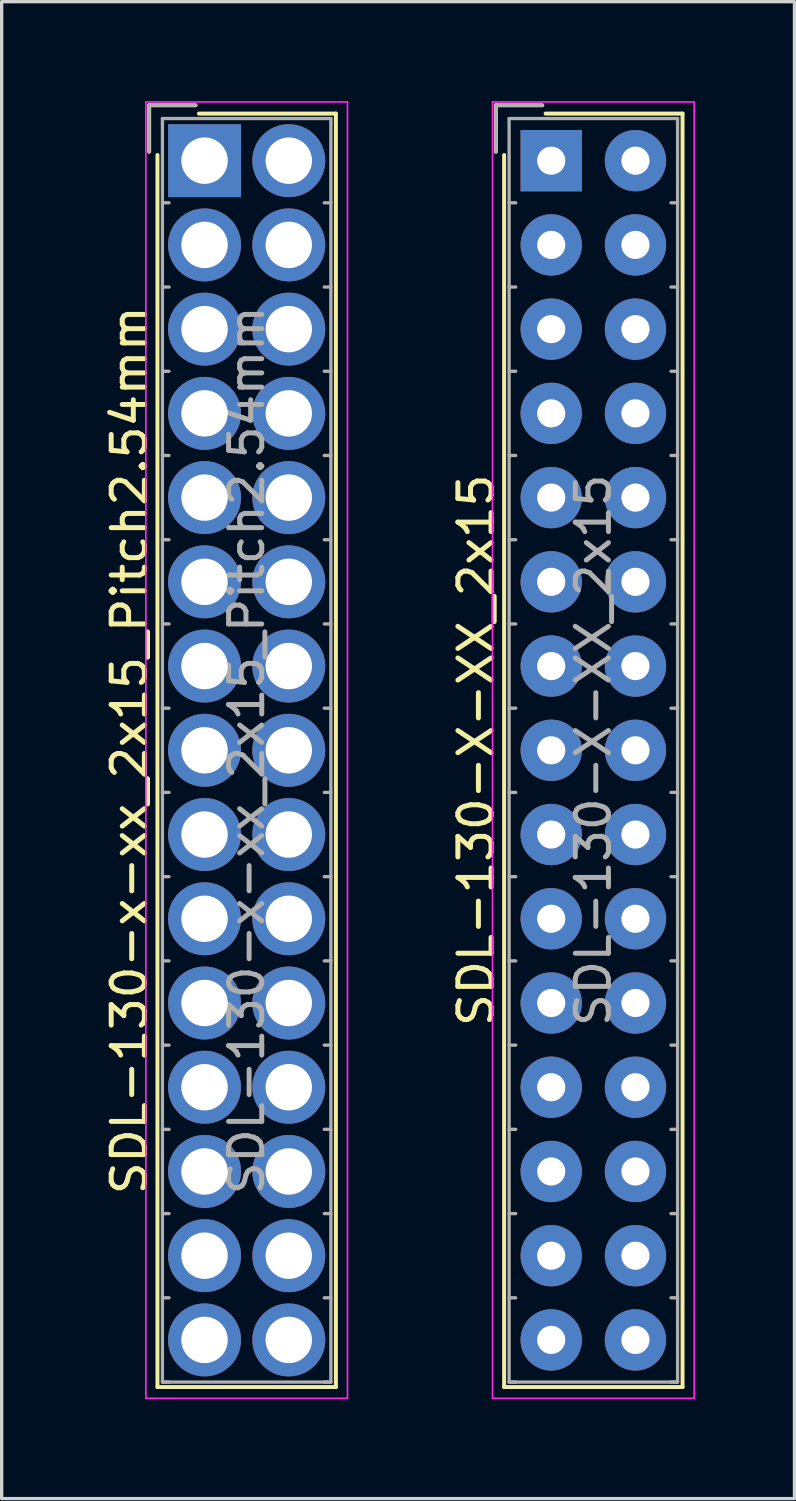
<source format=kicad_pcb>
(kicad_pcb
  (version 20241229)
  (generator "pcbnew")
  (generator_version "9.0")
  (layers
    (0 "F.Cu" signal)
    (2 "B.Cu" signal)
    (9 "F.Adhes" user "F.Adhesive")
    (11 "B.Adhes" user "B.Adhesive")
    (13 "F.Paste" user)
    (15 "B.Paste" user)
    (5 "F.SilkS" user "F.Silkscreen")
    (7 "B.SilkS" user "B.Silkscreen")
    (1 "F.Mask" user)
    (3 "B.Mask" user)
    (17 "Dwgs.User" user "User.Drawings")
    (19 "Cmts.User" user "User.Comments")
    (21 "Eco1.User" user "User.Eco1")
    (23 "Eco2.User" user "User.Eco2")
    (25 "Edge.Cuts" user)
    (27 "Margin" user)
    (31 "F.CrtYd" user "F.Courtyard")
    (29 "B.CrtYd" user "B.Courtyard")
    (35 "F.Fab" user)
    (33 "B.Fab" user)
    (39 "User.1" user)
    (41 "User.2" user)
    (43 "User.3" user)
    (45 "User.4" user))
  (footprint "SDL-130-x-xx_2x15_Pitch2.54mm"
    (layer "F.Cu")
    (at 3.118 1.795)
    (property "Reference" "SDL-130-x-xx_2x15_Pitch2.54mm" (at -2.27 17.78 90) (layer "F.SilkS") (effects (font (size 1 1) (thickness 0.15))))
    (attr through_hole)
    (fp_line (start -1.67 -1.67) (end -1.67 -0.27) (stroke (width 0.12) (type solid)) (layer "F.SilkS"))
    (fp_line (start -1.42 36.98) (end -1.42 -0.17) (stroke (width 0.12) (type solid)) (layer "F.SilkS"))
    (fp_line (start -0.27 -1.67) (end -1.67 -1.67) (stroke (width 0.12) (type solid)) (layer "F.SilkS"))
    (fp_line (start -0.17 -1.42) (end 3.96 -1.42) (stroke (width 0.12) (type solid)) (layer "F.SilkS"))
    (fp_line (start 3.96 -1.42) (end 3.96 36.98) (stroke (width 0.12) (type solid)) (layer "F.SilkS"))
    (fp_line (start 3.96 36.98) (end -1.42 36.98) (stroke (width 0.12) (type solid)) (layer "F.SilkS"))
    (fp_line (start -1.77 -1.77) (end -1.77 37.32) (stroke (width 0.05) (type solid)) (layer "F.CrtYd"))
    (fp_line (start -1.77 37.32) (end 4.31 37.32) (stroke (width 0.05) (type solid)) (layer "F.CrtYd"))
    (fp_line (start 4.31 -1.77) (end -1.77 -1.77) (stroke (width 0.05) (type solid)) (layer "F.CrtYd"))
    (fp_line (start 4.31 37.32) (end 4.31 -1.77) (stroke (width 0.05) (type solid)) (layer "F.CrtYd"))
    (fp_line (start -1.67 -1.67) (end -1.67 -0.27) (stroke (width 0.1) (type solid)) (layer "F.Fab"))
    (fp_line (start -1.27 -1.27) (end -1.27 36.83) (stroke (width 0.1) (type solid)) (layer "F.Fab"))
    (fp_line (start -1.27 1.27) (end -1.07 1.27) (stroke (width 0.1) (type solid)) (layer "F.Fab"))
    (fp_line (start -1.27 3.81) (end -1.07 3.81) (stroke (width 0.1) (type solid)) (layer "F.Fab"))
    (fp_line (start -1.27 6.35) (end -1.07 6.35) (stroke (width 0.1) (type solid)) (layer "F.Fab"))
    (fp_line (start -1.27 8.89) (end -1.07 8.89) (stroke (width 0.1) (type solid)) (layer "F.Fab"))
    (fp_line (start -1.27 11.43) (end -1.07 11.43) (stroke (width 0.1) (type solid)) (layer "F.Fab"))
    (fp_line (start -1.27 13.97) (end -1.07 13.97) (stroke (width 0.1) (type solid)) (layer "F.Fab"))
    (fp_line (start -1.27 16.51) (end -1.07 16.51) (stroke (width 0.1) (type solid)) (layer "F.Fab"))
    (fp_line (start -1.27 19.05) (end -1.07 19.05) (stroke (width 0.1) (type solid)) (layer "F.Fab"))
    (fp_line (start -1.27 21.59) (end -1.07 21.59) (stroke (width 0.1) (type solid)) (layer "F.Fab"))
    (fp_line (start -1.27 24.13) (end -1.07 24.13) (stroke (width 0.1) (type solid)) (layer "F.Fab"))
    (fp_line (start -1.27 26.67) (end -1.07 26.67) (stroke (width 0.1) (type solid)) (layer "F.Fab"))
    (fp_line (start -1.27 29.21) (end -1.07 29.21) (stroke (width 0.1) (type solid)) (layer "F.Fab"))
    (fp_line (start -1.27 31.75) (end -1.07 31.75) (stroke (width 0.1) (type solid)) (layer "F.Fab"))
    (fp_line (start -1.27 34.29) (end -1.07 34.29) (stroke (width 0.1) (type solid)) (layer "F.Fab"))
    (fp_line (start -1.27 36.83) (end -1.07 36.83) (stroke (width 0.1) (type solid)) (layer "F.Fab"))
    (fp_line (start -1.27 36.83) (end 3.81 36.83) (stroke (width 0.1) (type solid)) (layer "F.Fab"))
    (fp_line (start -0.27 -1.67) (end -1.67 -1.67) (stroke (width 0.1) (type solid)) (layer "F.Fab"))
    (fp_line (start 3.81 -1.27) (end -1.27 -1.27) (stroke (width 0.1) (type solid)) (layer "F.Fab"))
    (fp_line (start 3.81 1.27) (end 3.61 1.27) (stroke (width 0.1) (type solid)) (layer "F.Fab"))
    (fp_line (start 3.81 3.81) (end 3.61 3.81) (stroke (width 0.1) (type solid)) (layer "F.Fab"))
    (fp_line (start 3.81 6.35) (end 3.61 6.35) (stroke (width 0.1) (type solid)) (layer "F.Fab"))
    (fp_line (start 3.81 8.89) (end 3.61 8.89) (stroke (width 0.1) (type solid)) (layer "F.Fab"))
    (fp_line (start 3.81 11.43) (end 3.61 11.43) (stroke (width 0.1) (type solid)) (layer "F.Fab"))
    (fp_line (start 3.81 13.97) (end 3.61 13.97) (stroke (width 0.1) (type solid)) (layer "F.Fab"))
    (fp_line (start 3.81 16.51) (end 3.61 16.51) (stroke (width 0.1) (type solid)) (layer "F.Fab"))
    (fp_line (start 3.81 19.05) (end 3.61 19.05) (stroke (width 0.1) (type solid)) (layer "F.Fab"))
    (fp_line (start 3.81 21.59) (end 3.61 21.59) (stroke (width 0.1) (type solid)) (layer "F.Fab"))
    (fp_line (start 3.81 24.13) (end 3.61 24.13) (stroke (width 0.1) (type solid)) (layer "F.Fab"))
    (fp_line (start 3.81 26.67) (end 3.61 26.67) (stroke (width 0.1) (type solid)) (layer "F.Fab"))
    (fp_line (start 3.81 29.21) (end 3.61 29.21) (stroke (width 0.1) (type solid)) (layer "F.Fab"))
    (fp_line (start 3.81 31.75) (end 3.61 31.75) (stroke (width 0.1) (type solid)) (layer "F.Fab"))
    (fp_line (start 3.81 34.29) (end 3.61 34.29) (stroke (width 0.1) (type solid)) (layer "F.Fab"))
    (fp_line (start 3.81 36.83) (end 3.61 36.83) (stroke (width 0.1) (type solid)) (layer "F.Fab"))
    (fp_line (start 3.81 36.83) (end 3.81 -1.27) (stroke (width 0.1) (type solid)) (layer "F.Fab"))
    (fp_text user "${REFERENCE}" (at 1.27 17.78 90) (layer "F.Fab") (effects (font (size 1 1) (thickness 0.15))))
    (pad "1" thru_hole rect (at 0 0) (size 2.2 2.2) (drill 1.4) (layers "*.Cu" "*.Mask"))
    (pad "2" thru_hole circle (at 2.54 0) (size 2.2 2.2) (drill 1.4) (layers "*.Cu" "*.Mask"))
    (pad "3" thru_hole circle (at 0 2.54) (size 2.2 2.2) (drill 1.4) (layers "*.Cu" "*.Mask"))
    (pad "4" thru_hole circle (at 2.54 2.54) (size 2.2 2.2) (drill 1.4) (layers "*.Cu" "*.Mask"))
    (pad "5" thru_hole circle (at 0 5.08) (size 2.2 2.2) (drill 1.4) (layers "*.Cu" "*.Mask"))
    (pad "6" thru_hole circle (at 2.54 5.08) (size 2.2 2.2) (drill 1.4) (layers "*.Cu" "*.Mask"))
    (pad "7" thru_hole circle (at 0 7.62) (size 2.2 2.2) (drill 1.4) (layers "*.Cu" "*.Mask"))
    (pad "8" thru_hole circle (at 2.54 7.62) (size 2.2 2.2) (drill 1.4) (layers "*.Cu" "*.Mask"))
    (pad "9" thru_hole circle (at 0 10.16) (size 2.2 2.2) (drill 1.4) (layers "*.Cu" "*.Mask"))
    (pad "10" thru_hole circle (at 2.54 10.16) (size 2.2 2.2) (drill 1.4) (layers "*.Cu" "*.Mask"))
    (pad "11" thru_hole circle (at 0 12.7) (size 2.2 2.2) (drill 1.4) (layers "*.Cu" "*.Mask"))
    (pad "12" thru_hole circle (at 2.54 12.7) (size 2.2 2.2) (drill 1.4) (layers "*.Cu" "*.Mask"))
    (pad "13" thru_hole circle (at 0 15.24) (size 2.2 2.2) (drill 1.4) (layers "*.Cu" "*.Mask"))
    (pad "14" thru_hole circle (at 2.54 15.24) (size 2.2 2.2) (drill 1.4) (layers "*.Cu" "*.Mask"))
    (pad "15" thru_hole circle (at 0 17.78) (size 2.2 2.2) (drill 1.4) (layers "*.Cu" "*.Mask"))
    (pad "16" thru_hole circle (at 2.54 17.78) (size 2.2 2.2) (drill 1.4) (layers "*.Cu" "*.Mask"))
    (pad "17" thru_hole circle (at 0 20.32) (size 2.2 2.2) (drill 1.4) (layers "*.Cu" "*.Mask"))
    (pad "18" thru_hole circle (at 2.54 20.32) (size 2.2 2.2) (drill 1.4) (layers "*.Cu" "*.Mask"))
    (pad "19" thru_hole circle (at 0 22.86) (size 2.2 2.2) (drill 1.4) (layers "*.Cu" "*.Mask"))
    (pad "20" thru_hole circle (at 2.54 22.86) (size 2.2 2.2) (drill 1.4) (layers "*.Cu" "*.Mask"))
    (pad "21" thru_hole circle (at 0 25.4) (size 2.2 2.2) (drill 1.4) (layers "*.Cu" "*.Mask"))
    (pad "22" thru_hole circle (at 2.54 25.4) (size 2.2 2.2) (drill 1.4) (layers "*.Cu" "*.Mask"))
    (pad "23" thru_hole circle (at 0 27.94) (size 2.2 2.2) (drill 1.4) (layers "*.Cu" "*.Mask"))
    (pad "24" thru_hole circle (at 2.54 27.94) (size 2.2 2.2) (drill 1.4) (layers "*.Cu" "*.Mask"))
    (pad "25" thru_hole circle (at 0 30.48) (size 2.2 2.2) (drill 1.4) (layers "*.Cu" "*.Mask"))
    (pad "26" thru_hole circle (at 2.54 30.48) (size 2.2 2.2) (drill 1.4) (layers "*.Cu" "*.Mask"))
    (pad "27" thru_hole circle (at 0 33.02) (size 2.2 2.2) (drill 1.4) (layers "*.Cu" "*.Mask"))
    (pad "28" thru_hole circle (at 2.54 33.02) (size 2.2 2.2) (drill 1.4) (layers "*.Cu" "*.Mask"))
    (pad "29" thru_hole circle (at 0 35.56) (size 2.2 2.2) (drill 1.4) (layers "*.Cu" "*.Mask"))
    (pad "30" thru_hole circle (at 2.54 35.56) (size 2.2 2.2) (drill 1.4) (layers "*.Cu" "*.Mask")))
  (footprint "SDL-130-X-XX_2x15"
    (layer "F.Cu")
    (at 13.572 1.795)
    (property "Reference" "SDL-130-X-XX_2x15" (at -2.27 17.78 90) (layer "F.SilkS") (effects (font (size 1 1) (thickness 0.15))))
    (attr through_hole)
    (fp_line (start -1.67 -1.67) (end -1.67 -0.27) (stroke (width 0.12) (type solid)) (layer "F.SilkS"))
    (fp_line (start -1.42 36.98) (end -1.42 -0.17) (stroke (width 0.12) (type solid)) (layer "F.SilkS"))
    (fp_line (start -0.27 -1.67) (end -1.67 -1.67) (stroke (width 0.12) (type solid)) (layer "F.SilkS"))
    (fp_line (start -0.17 -1.42) (end 3.96 -1.42) (stroke (width 0.12) (type solid)) (layer "F.SilkS"))
    (fp_line (start 3.96 -1.42) (end 3.96 36.98) (stroke (width 0.12) (type solid)) (layer "F.SilkS"))
    (fp_line (start 3.96 36.98) (end -1.42 36.98) (stroke (width 0.12) (type solid)) (layer "F.SilkS"))
    (fp_line (start -1.77 -1.77) (end -1.77 37.32) (stroke (width 0.05) (type solid)) (layer "F.CrtYd"))
    (fp_line (start -1.77 37.32) (end 4.31 37.32) (stroke (width 0.05) (type solid)) (layer "F.CrtYd"))
    (fp_line (start 4.31 -1.77) (end -1.77 -1.77) (stroke (width 0.05) (type solid)) (layer "F.CrtYd"))
    (fp_line (start 4.31 37.32) (end 4.31 -1.77) (stroke (width 0.05) (type solid)) (layer "F.CrtYd"))
    (fp_line (start -1.67 -1.67) (end -1.67 -0.27) (stroke (width 0.1) (type solid)) (layer "F.Fab"))
    (fp_line (start -1.27 -1.27) (end -1.27 36.83) (stroke (width 0.1) (type solid)) (layer "F.Fab"))
    (fp_line (start -1.27 1.27) (end -1.07 1.27) (stroke (width 0.1) (type solid)) (layer "F.Fab"))
    (fp_line (start -1.27 3.81) (end -1.07 3.81) (stroke (width 0.1) (type solid)) (layer "F.Fab"))
    (fp_line (start -1.27 6.35) (end -1.07 6.35) (stroke (width 0.1) (type solid)) (layer "F.Fab"))
    (fp_line (start -1.27 8.89) (end -1.07 8.89) (stroke (width 0.1) (type solid)) (layer "F.Fab"))
    (fp_line (start -1.27 11.43) (end -1.07 11.43) (stroke (width 0.1) (type solid)) (layer "F.Fab"))
    (fp_line (start -1.27 13.97) (end -1.07 13.97) (stroke (width 0.1) (type solid)) (layer "F.Fab"))
    (fp_line (start -1.27 16.51) (end -1.07 16.51) (stroke (width 0.1) (type solid)) (layer "F.Fab"))
    (fp_line (start -1.27 19.05) (end -1.07 19.05) (stroke (width 0.1) (type solid)) (layer "F.Fab"))
    (fp_line (start -1.27 21.59) (end -1.07 21.59) (stroke (width 0.1) (type solid)) (layer "F.Fab"))
    (fp_line (start -1.27 24.13) (end -1.07 24.13) (stroke (width 0.1) (type solid)) (layer "F.Fab"))
    (fp_line (start -1.27 26.67) (end -1.07 26.67) (stroke (width 0.1) (type solid)) (layer "F.Fab"))
    (fp_line (start -1.27 29.21) (end -1.07 29.21) (stroke (width 0.1) (type solid)) (layer "F.Fab"))
    (fp_line (start -1.27 31.75) (end -1.07 31.75) (stroke (width 0.1) (type solid)) (layer "F.Fab"))
    (fp_line (start -1.27 34.29) (end -1.07 34.29) (stroke (width 0.1) (type solid)) (layer "F.Fab"))
    (fp_line (start -1.27 36.83) (end -1.07 36.83) (stroke (width 0.1) (type solid)) (layer "F.Fab"))
    (fp_line (start -1.27 36.83) (end 3.81 36.83) (stroke (width 0.1) (type solid)) (layer "F.Fab"))
    (fp_line (start -0.27 -1.67) (end -1.67 -1.67) (stroke (width 0.1) (type solid)) (layer "F.Fab"))
    (fp_line (start 3.81 -1.27) (end -1.27 -1.27) (stroke (width 0.1) (type solid)) (layer "F.Fab"))
    (fp_line (start 3.81 1.27) (end 3.61 1.27) (stroke (width 0.1) (type solid)) (layer "F.Fab"))
    (fp_line (start 3.81 3.81) (end 3.61 3.81) (stroke (width 0.1) (type solid)) (layer "F.Fab"))
    (fp_line (start 3.81 6.35) (end 3.61 6.35) (stroke (width 0.1) (type solid)) (layer "F.Fab"))
    (fp_line (start 3.81 8.89) (end 3.61 8.89) (stroke (width 0.1) (type solid)) (layer "F.Fab"))
    (fp_line (start 3.81 11.43) (end 3.61 11.43) (stroke (width 0.1) (type solid)) (layer "F.Fab"))
    (fp_line (start 3.81 13.97) (end 3.61 13.97) (stroke (width 0.1) (type solid)) (layer "F.Fab"))
    (fp_line (start 3.81 16.51) (end 3.61 16.51) (stroke (width 0.1) (type solid)) (layer "F.Fab"))
    (fp_line (start 3.81 19.05) (end 3.61 19.05) (stroke (width 0.1) (type solid)) (layer "F.Fab"))
    (fp_line (start 3.81 21.59) (end 3.61 21.59) (stroke (width 0.1) (type solid)) (layer "F.Fab"))
    (fp_line (start 3.81 24.13) (end 3.61 24.13) (stroke (width 0.1) (type solid)) (layer "F.Fab"))
    (fp_line (start 3.81 26.67) (end 3.61 26.67) (stroke (width 0.1) (type solid)) (layer "F.Fab"))
    (fp_line (start 3.81 29.21) (end 3.61 29.21) (stroke (width 0.1) (type solid)) (layer "F.Fab"))
    (fp_line (start 3.81 31.75) (end 3.61 31.75) (stroke (width 0.1) (type solid)) (layer "F.Fab"))
    (fp_line (start 3.81 34.29) (end 3.61 34.29) (stroke (width 0.1) (type solid)) (layer "F.Fab"))
    (fp_line (start 3.81 36.83) (end 3.61 36.83) (stroke (width 0.1) (type solid)) (layer "F.Fab"))
    (fp_line (start 3.81 36.83) (end 3.81 -1.27) (stroke (width 0.1) (type solid)) (layer "F.Fab"))
    (fp_text user "${REFERENCE}" (at 1.27 17.78 90) (layer "F.Fab") (effects (font (size 1 1) (thickness 0.15))))
    (pad "1" thru_hole rect (at 0 0) (size 1.85 1.85) (drill 0.85) (layers "*.Cu" "*.Mask"))
    (pad "2" thru_hole circle (at 2.54 0) (size 1.85 1.85) (drill 0.85) (layers "*.Cu" "*.Mask"))
    (pad "3" thru_hole circle (at 0 2.54) (size 1.85 1.85) (drill 0.85) (layers "*.Cu" "*.Mask"))
    (pad "4" thru_hole circle (at 2.54 2.54) (size 1.85 1.85) (drill 0.85) (layers "*.Cu" "*.Mask"))
    (pad "5" thru_hole circle (at 0 5.08) (size 1.85 1.85) (drill 0.85) (layers "*.Cu" "*.Mask"))
    (pad "6" thru_hole circle (at 2.54 5.08) (size 1.85 1.85) (drill 0.85) (layers "*.Cu" "*.Mask"))
    (pad "7" thru_hole circle (at 0 7.62) (size 1.85 1.85) (drill 0.85) (layers "*.Cu" "*.Mask"))
    (pad "8" thru_hole circle (at 2.54 7.62) (size 1.85 1.85) (drill 0.85) (layers "*.Cu" "*.Mask"))
    (pad "9" thru_hole circle (at 0 10.16) (size 1.85 1.85) (drill 0.85) (layers "*.Cu" "*.Mask"))
    (pad "10" thru_hole circle (at 2.54 10.16) (size 1.85 1.85) (drill 0.85) (layers "*.Cu" "*.Mask"))
    (pad "11" thru_hole circle (at 0 12.7) (size 1.85 1.85) (drill 0.85) (layers "*.Cu" "*.Mask"))
    (pad "12" thru_hole circle (at 2.54 12.7) (size 1.85 1.85) (drill 0.85) (layers "*.Cu" "*.Mask"))
    (pad "13" thru_hole circle (at 0 15.24) (size 1.85 1.85) (drill 0.85) (layers "*.Cu" "*.Mask"))
    (pad "14" thru_hole circle (at 2.54 15.24) (size 1.85 1.85) (drill 0.85) (layers "*.Cu" "*.Mask"))
    (pad "15" thru_hole circle (at 0 17.78) (size 1.85 1.85) (drill 0.85) (layers "*.Cu" "*.Mask"))
    (pad "16" thru_hole circle (at 2.54 17.78) (size 1.85 1.85) (drill 0.85) (layers "*.Cu" "*.Mask"))
    (pad "17" thru_hole circle (at 0 20.32) (size 1.85 1.85) (drill 0.85) (layers "*.Cu" "*.Mask"))
    (pad "18" thru_hole circle (at 2.54 20.32) (size 1.85 1.85) (drill 0.85) (layers "*.Cu" "*.Mask"))
    (pad "19" thru_hole circle (at 0 22.86) (size 1.85 1.85) (drill 0.85) (layers "*.Cu" "*.Mask"))
    (pad "20" thru_hole circle (at 2.54 22.86) (size 1.85 1.85) (drill 0.85) (layers "*.Cu" "*.Mask"))
    (pad "21" thru_hole circle (at 0 25.4) (size 1.85 1.85) (drill 0.85) (layers "*.Cu" "*.Mask"))
    (pad "22" thru_hole circle (at 2.54 25.4) (size 1.85 1.85) (drill 0.85) (layers "*.Cu" "*.Mask"))
    (pad "23" thru_hole circle (at 0 27.94) (size 1.85 1.85) (drill 0.85) (layers "*.Cu" "*.Mask"))
    (pad "24" thru_hole circle (at 2.54 27.94) (size 1.85 1.85) (drill 0.85) (layers "*.Cu" "*.Mask"))
    (pad "25" thru_hole circle (at 0 30.48) (size 1.85 1.85) (drill 0.85) (layers "*.Cu" "*.Mask"))
    (pad "26" thru_hole circle (at 2.54 30.48) (size 1.85 1.85) (drill 0.85) (layers "*.Cu" "*.Mask"))
    (pad "27" thru_hole circle (at 0 33.02) (size 1.85 1.85) (drill 0.85) (layers "*.Cu" "*.Mask"))
    (pad "28" thru_hole circle (at 2.54 33.02) (size 1.85 1.85) (drill 0.85) (layers "*.Cu" "*.Mask"))
    (pad "29" thru_hole circle (at 0 35.56) (size 1.85 1.85) (drill 0.85) (layers "*.Cu" "*.Mask"))
    (pad "30" thru_hole circle (at 2.54 35.56) (size 1.85 1.85) (drill 0.85) (layers "*.Cu" "*.Mask")))
  (gr_rect
    (start -3 -3)
    (end 20.907 42.14)
    (stroke (width 0.1) (type default))
    (fill no)
    (layer "Edge.Cuts")))
</source>
